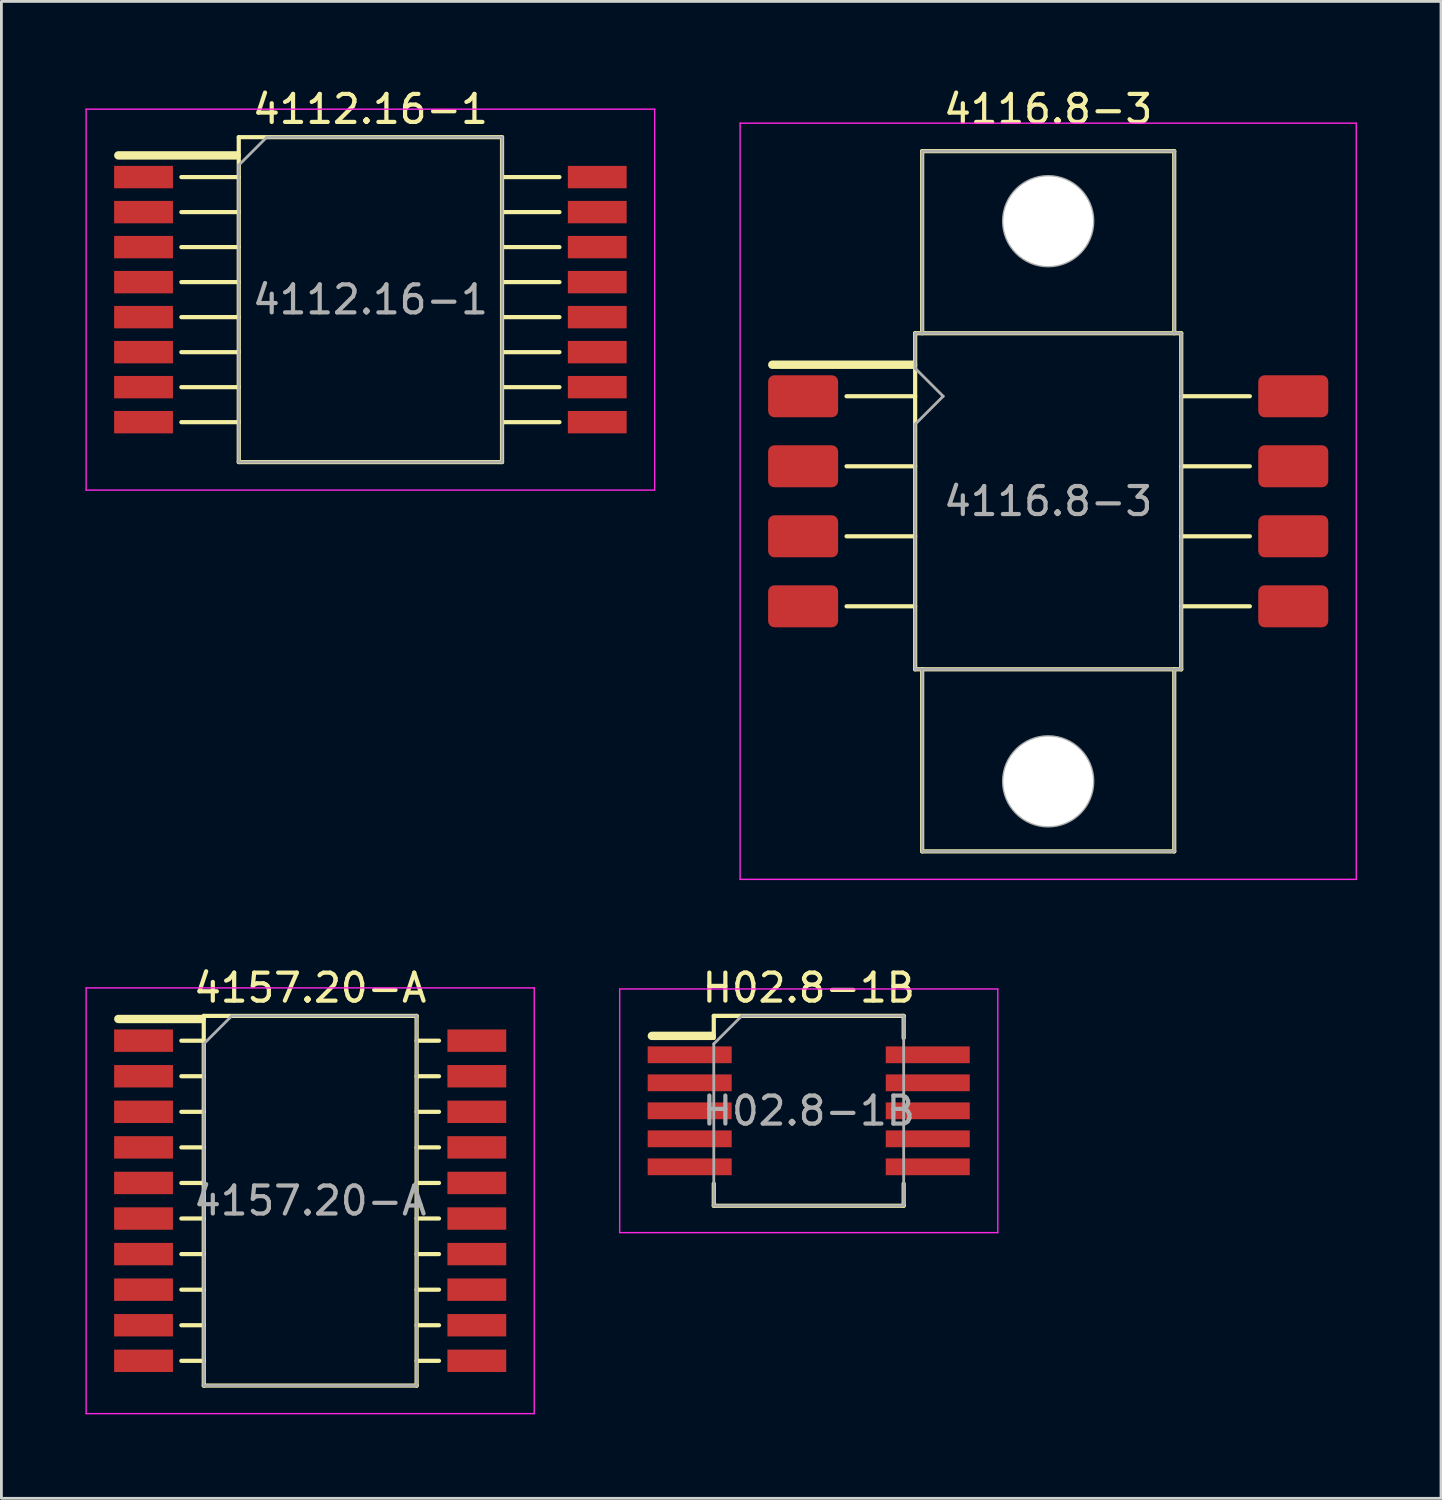
<source format=kicad_pcb>
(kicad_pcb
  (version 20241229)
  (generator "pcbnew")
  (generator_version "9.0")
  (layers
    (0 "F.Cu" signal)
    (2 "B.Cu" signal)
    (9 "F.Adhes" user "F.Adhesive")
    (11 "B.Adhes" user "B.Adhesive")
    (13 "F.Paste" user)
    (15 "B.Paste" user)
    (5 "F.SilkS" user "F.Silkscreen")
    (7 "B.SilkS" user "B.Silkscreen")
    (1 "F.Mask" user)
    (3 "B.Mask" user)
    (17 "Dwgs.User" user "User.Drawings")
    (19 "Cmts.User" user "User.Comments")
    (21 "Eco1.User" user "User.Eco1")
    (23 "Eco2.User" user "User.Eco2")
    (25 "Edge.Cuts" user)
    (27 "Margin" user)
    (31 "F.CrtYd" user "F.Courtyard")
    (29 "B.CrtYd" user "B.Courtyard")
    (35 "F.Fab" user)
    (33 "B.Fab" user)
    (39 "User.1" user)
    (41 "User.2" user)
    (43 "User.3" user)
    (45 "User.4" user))
  (footprint "4116.8-3"
    (layer "F.Cu")
    (at 34.375 14.848)
    (property "Reference" "4116.8-3" (at 0 -14 0) (layer "F.SilkS") (effects (font (size 1 1) (thickness 0.15))))
    (attr through_hole)
    (fp_line (start -4.825 -4.875) (end -9.85 -4.875) (stroke (width 0.3) (type solid)) (layer "F.SilkS"))
    (fp_line (start -4.75 -6) (end -4.75 6) (stroke (width 0.15) (type solid)) (layer "F.SilkS"))
    (fp_line (start -4.75 -6) (end 4.75 -6) (stroke (width 0.15) (type solid)) (layer "F.SilkS"))
    (fp_line (start -4.75 -3.75) (end -7.2 -3.75) (stroke (width 0.15) (type solid)) (layer "F.SilkS"))
    (fp_line (start -4.75 -1.25) (end -7.2 -1.25) (stroke (width 0.15) (type solid)) (layer "F.SilkS"))
    (fp_line (start -4.75 1.25) (end -7.2 1.25) (stroke (width 0.15) (type solid)) (layer "F.SilkS"))
    (fp_line (start -4.75 3.75) (end -7.2 3.75) (stroke (width 0.15) (type solid)) (layer "F.SilkS"))
    (fp_line (start -4.75 6) (end 4.75 6) (stroke (width 0.15) (type solid)) (layer "F.SilkS"))
    (fp_line (start -4.5 -12.5) (end 4.5 -12.5) (stroke (width 0.15) (type solid)) (layer "F.SilkS"))
    (fp_line (start -4.5 -6) (end -4.5 -12.5) (stroke (width 0.15) (type solid)) (layer "F.SilkS"))
    (fp_line (start -4.5 6) (end -4.5 12.5) (stroke (width 0.15) (type solid)) (layer "F.SilkS"))
    (fp_line (start -4.5 12.5) (end 4.5 12.5) (stroke (width 0.15) (type solid)) (layer "F.SilkS"))
    (fp_line (start 4.5 -12.5) (end 4.5 -6) (stroke (width 0.15) (type solid)) (layer "F.SilkS"))
    (fp_line (start 4.5 12.5) (end 4.5 6) (stroke (width 0.15) (type solid)) (layer "F.SilkS"))
    (fp_line (start 4.75 -6) (end 4.75 6) (stroke (width 0.15) (type solid)) (layer "F.SilkS"))
    (fp_line (start 4.75 -3.75) (end 7.2 -3.75) (stroke (width 0.15) (type solid)) (layer "F.SilkS"))
    (fp_line (start 4.75 -1.25) (end 7.2 -1.25) (stroke (width 0.15) (type solid)) (layer "F.SilkS"))
    (fp_line (start 4.75 1.25) (end 7.2 1.25) (stroke (width 0.15) (type solid)) (layer "F.SilkS"))
    (fp_line (start 4.75 3.75) (end 7.2 3.75) (stroke (width 0.15) (type solid)) (layer "F.SilkS"))
    (fp_line (start -11 -13.5) (end 11 -13.5) (stroke (width 0.05) (type solid)) (layer "F.CrtYd"))
    (fp_line (start -11 13.5) (end -11 -13.5) (stroke (width 0.05) (type solid)) (layer "F.CrtYd"))
    (fp_line (start 11 -13.5) (end 11 13.5) (stroke (width 0.05) (type solid)) (layer "F.CrtYd"))
    (fp_line (start 11 13.5) (end -11 13.5) (stroke (width 0.05) (type solid)) (layer "F.CrtYd"))
    (fp_line (start -4.75 -6) (end -4.75 -4.75) (stroke (width 0.1) (type solid)) (layer "F.Fab"))
    (fp_line (start -4.75 -6) (end 4.75 -6) (stroke (width 0.1) (type solid)) (layer "F.Fab"))
    (fp_line (start -4.75 -4.75) (end -3.75 -3.75) (stroke (width 0.1) (type solid)) (layer "F.Fab"))
    (fp_line (start -4.75 -2.75) (end -4.75 6) (stroke (width 0.1) (type solid)) (layer "F.Fab"))
    (fp_line (start -4.75 6) (end 4.75 6) (stroke (width 0.1) (type solid)) (layer "F.Fab"))
    (fp_line (start -4.5 -12.5) (end 4.5 -12.5) (stroke (width 0.1) (type solid)) (layer "F.Fab"))
    (fp_line (start -4.5 -6) (end -4.5 -12.5) (stroke (width 0.1) (type solid)) (layer "F.Fab"))
    (fp_line (start -4.5 6) (end -4.5 12.5) (stroke (width 0.1) (type solid)) (layer "F.Fab"))
    (fp_line (start -4.5 12.5) (end 4.5 12.5) (stroke (width 0.1) (type solid)) (layer "F.Fab"))
    (fp_line (start -3.75 -3.75) (end -4.75 -2.75) (stroke (width 0.1) (type solid)) (layer "F.Fab"))
    (fp_line (start 4.5 -12.5) (end 4.5 -6) (stroke (width 0.1) (type solid)) (layer "F.Fab"))
    (fp_line (start 4.5 12.5) (end 4.5 6) (stroke (width 0.1) (type solid)) (layer "F.Fab"))
    (fp_line (start 4.75 -6) (end 4.75 6) (stroke (width 0.1) (type solid)) (layer "F.Fab"))
    (fp_circle (center 0 -10) (end 1.6 -10) (stroke (width 0.1) (type solid)) (fill no) (layer "F.Fab"))
    (fp_circle (center 0 10) (end 1.6 10) (stroke (width 0.1) (type solid)) (fill no) (layer "F.Fab"))
    (fp_text user "${REFERENCE}" (at 0 0 0) (layer "F.Fab") (effects (font (size 1 1) (thickness 0.15))))
    (pad "" np_thru_hole circle (at 0 -10) (size 3.2 3.2) (drill 3.2) (layers "*.Cu" "*.Mask"))
    (pad "" np_thru_hole circle (at 0 10) (size 3.2 3.2) (drill 3.2) (layers "*.Cu" "*.Mask"))
    (pad "2" smd roundrect (at -8.75 -3.75) (size 2.5 1.5) (layers "F.Cu" "F.Mask") (roundrect_rratio 0.15))
    (pad "4" smd roundrect (at -8.75 -1.25) (size 2.5 1.5) (layers "F.Cu" "F.Mask") (roundrect_rratio 0.15))
    (pad "6" smd roundrect (at -8.75 1.25) (size 2.5 1.5) (layers "F.Cu" "F.Mask") (roundrect_rratio 0.15))
    (pad "8" smd roundrect (at -8.75 3.75) (size 2.5 1.5) (layers "F.Cu" "F.Mask") (roundrect_rratio 0.15))
    (pad "11" smd roundrect (at 8.75 3.75) (size 2.5 1.5) (layers "F.Cu" "F.Mask") (roundrect_rratio 0.15))
    (pad "13" smd roundrect (at 8.75 1.25) (size 2.5 1.5) (layers "F.Cu" "F.Mask") (roundrect_rratio 0.15))
    (pad "15" smd roundrect (at 8.75 -1.25) (size 2.5 1.5) (layers "F.Cu" "F.Mask") (roundrect_rratio 0.15))
    (pad "17" smd roundrect (at 8.75 -3.75) (size 2.5 1.5) (layers "F.Cu" "F.Mask") (roundrect_rratio 0.15)))
  (footprint "4112.16-1"
    (layer "F.Cu")
    (at 10.175 7.648)
    (property "Reference" "4112.16-1" (at 0 -6.8 0) (layer "F.SilkS") (effects (font (size 1 1) (thickness 0.15))))
    (attr through_hole)
    (fp_line (start -4.775 -5.15) (end -9 -5.15) (stroke (width 0.3) (type solid)) (layer "F.SilkS"))
    (fp_line (start -4.7 -5.8) (end -4.7 5.8) (stroke (width 0.15) (type solid)) (layer "F.SilkS"))
    (fp_line (start -4.7 -5.8) (end 4.7 -5.8) (stroke (width 0.15) (type solid)) (layer "F.SilkS"))
    (fp_line (start -4.7 -4.375) (end -6.75 -4.375) (stroke (width 0.15) (type solid)) (layer "F.SilkS"))
    (fp_line (start -4.7 -3.125) (end -6.75 -3.125) (stroke (width 0.15) (type solid)) (layer "F.SilkS"))
    (fp_line (start -4.7 -1.875) (end -6.75 -1.875) (stroke (width 0.15) (type solid)) (layer "F.SilkS"))
    (fp_line (start -4.7 -0.625) (end -6.75 -0.625) (stroke (width 0.15) (type solid)) (layer "F.SilkS"))
    (fp_line (start -4.7 0.625) (end -6.75 0.625) (stroke (width 0.15) (type solid)) (layer "F.SilkS"))
    (fp_line (start -4.7 1.875) (end -6.75 1.875) (stroke (width 0.15) (type solid)) (layer "F.SilkS"))
    (fp_line (start -4.7 3.125) (end -6.75 3.125) (stroke (width 0.15) (type solid)) (layer "F.SilkS"))
    (fp_line (start -4.7 4.375) (end -6.75 4.375) (stroke (width 0.15) (type solid)) (layer "F.SilkS"))
    (fp_line (start -4.7 5.8) (end 4.7 5.8) (stroke (width 0.15) (type solid)) (layer "F.SilkS"))
    (fp_line (start 4.7 -5.8) (end 4.7 5.8) (stroke (width 0.15) (type solid)) (layer "F.SilkS"))
    (fp_line (start 4.7 -4.375) (end 6.75 -4.375) (stroke (width 0.15) (type solid)) (layer "F.SilkS"))
    (fp_line (start 4.7 -3.125) (end 6.75 -3.125) (stroke (width 0.15) (type solid)) (layer "F.SilkS"))
    (fp_line (start 4.7 -1.875) (end 6.75 -1.875) (stroke (width 0.15) (type solid)) (layer "F.SilkS"))
    (fp_line (start 4.7 -0.625) (end 6.75 -0.625) (stroke (width 0.15) (type solid)) (layer "F.SilkS"))
    (fp_line (start 4.7 0.625) (end 6.75 0.625) (stroke (width 0.15) (type solid)) (layer "F.SilkS"))
    (fp_line (start 4.7 1.875) (end 6.75 1.875) (stroke (width 0.15) (type solid)) (layer "F.SilkS"))
    (fp_line (start 4.7 3.125) (end 6.75 3.125) (stroke (width 0.15) (type solid)) (layer "F.SilkS"))
    (fp_line (start 4.7 4.375) (end 6.75 4.375) (stroke (width 0.15) (type solid)) (layer "F.SilkS"))
    (fp_line (start -10.15 -6.8) (end 10.15 -6.8) (stroke (width 0.05) (type solid)) (layer "F.CrtYd"))
    (fp_line (start -10.15 6.8) (end -10.15 -6.8) (stroke (width 0.05) (type solid)) (layer "F.CrtYd"))
    (fp_line (start 10.15 -6.8) (end 10.15 6.8) (stroke (width 0.05) (type solid)) (layer "F.CrtYd"))
    (fp_line (start 10.15 6.8) (end -10.15 6.8) (stroke (width 0.05) (type solid)) (layer "F.CrtYd"))
    (fp_line (start -4.7 -4.8) (end -4.7 5.8) (stroke (width 0.1) (type solid)) (layer "F.Fab"))
    (fp_line (start -4.7 5.8) (end 4.7 5.8) (stroke (width 0.1) (type solid)) (layer "F.Fab"))
    (fp_line (start -3.7 -5.8) (end -4.7 -4.8) (stroke (width 0.1) (type solid)) (layer "F.Fab"))
    (fp_line (start -3.7 -5.8) (end 4.7 -5.8) (stroke (width 0.1) (type solid)) (layer "F.Fab"))
    (fp_line (start 4.7 -5.8) (end 4.7 5.8) (stroke (width 0.1) (type solid)) (layer "F.Fab"))
    (fp_text user "${REFERENCE}" (at 0 0 0) (layer "F.Fab") (effects (font (size 1 1) (thickness 0.15))))
    (pad "1" smd rect (at -8.1 -4.375) (size 2.1 0.8) (layers "F.Cu" "F.Mask"))
    (pad "2" smd rect (at -8.1 -3.125) (size 2.1 0.8) (layers "F.Cu" "F.Mask"))
    (pad "3" smd rect (at -8.1 -1.875) (size 2.1 0.8) (layers "F.Cu" "F.Mask"))
    (pad "4" smd rect (at -8.1 -0.625) (size 2.1 0.8) (layers "F.Cu" "F.Mask"))
    (pad "5" smd rect (at -8.1 0.625) (size 2.1 0.8) (layers "F.Cu" "F.Mask"))
    (pad "6" smd rect (at -8.1 1.875) (size 2.1 0.8) (layers "F.Cu" "F.Mask"))
    (pad "7" smd rect (at -8.1 3.125) (size 2.1 0.8) (layers "F.Cu" "F.Mask"))
    (pad "8" smd rect (at -8.1 4.375) (size 2.1 0.8) (layers "F.Cu" "F.Mask"))
    (pad "9" smd rect (at 8.1 4.375) (size 2.1 0.8) (layers "F.Cu" "F.Mask"))
    (pad "10" smd rect (at 8.1 3.125) (size 2.1 0.8) (layers "F.Cu" "F.Mask"))
    (pad "11" smd rect (at 8.1 1.875) (size 2.1 0.8) (layers "F.Cu" "F.Mask"))
    (pad "12" smd rect (at 8.1 0.625) (size 2.1 0.8) (layers "F.Cu" "F.Mask"))
    (pad "13" smd rect (at 8.1 -0.625) (size 2.1 0.8) (layers "F.Cu" "F.Mask"))
    (pad "14" smd rect (at 8.1 -1.875) (size 2.1 0.8) (layers "F.Cu" "F.Mask"))
    (pad "15" smd rect (at 8.1 -3.125) (size 2.1 0.8) (layers "F.Cu" "F.Mask"))
    (pad "16" smd rect (at 8.1 -4.375) (size 2.1 0.8) (layers "F.Cu" "F.Mask")))
  (footprint "Н02.8-1В"
    (layer "F.Cu")
    (at 25.825 36.611)
    (property "Reference" "Н02.8-1В" (at 0 -4.39 0) (layer "F.SilkS") (effects (font (size 1 1) (thickness 0.15))))
    (attr through_hole)
    (fp_line (start -3.465 -2.675) (end -5.6 -2.675) (stroke (width 0.3) (type solid)) (layer "F.SilkS"))
    (fp_line (start -3.39 -3.39) (end -3.39 -2.6) (stroke (width 0.15) (type solid)) (layer "F.SilkS"))
    (fp_line (start -3.39 -3.39) (end 3.39 -3.39) (stroke (width 0.15) (type solid)) (layer "F.SilkS"))
    (fp_line (start -3.39 3.39) (end -3.39 2.6) (stroke (width 0.15) (type solid)) (layer "F.SilkS"))
    (fp_line (start -3.39 3.39) (end 3.39 3.39) (stroke (width 0.15) (type solid)) (layer "F.SilkS"))
    (fp_line (start 3.39 -3.39) (end 3.39 -2.6) (stroke (width 0.15) (type solid)) (layer "F.SilkS"))
    (fp_line (start 3.39 3.39) (end 3.39 2.6) (stroke (width 0.15) (type solid)) (layer "F.SilkS"))
    (fp_line (start -6.75 -4.35) (end 6.75 -4.35) (stroke (width 0.05) (type solid)) (layer "F.CrtYd"))
    (fp_line (start -6.75 4.35) (end -6.75 -4.35) (stroke (width 0.05) (type solid)) (layer "F.CrtYd"))
    (fp_line (start 6.75 -4.35) (end 6.75 4.35) (stroke (width 0.05) (type solid)) (layer "F.CrtYd"))
    (fp_line (start 6.75 4.35) (end -6.75 4.35) (stroke (width 0.05) (type solid)) (layer "F.CrtYd"))
    (fp_line (start -3.39 -2.39) (end -3.39 3.39) (stroke (width 0.1) (type solid)) (layer "F.Fab"))
    (fp_line (start -3.39 3.39) (end 3.39 3.39) (stroke (width 0.1) (type solid)) (layer "F.Fab"))
    (fp_line (start -2.39 -3.39) (end -3.39 -2.39) (stroke (width 0.1) (type solid)) (layer "F.Fab"))
    (fp_line (start -2.39 -3.39) (end 3.39 -3.39) (stroke (width 0.1) (type solid)) (layer "F.Fab"))
    (fp_line (start 3.39 -3.39) (end 3.39 3.39) (stroke (width 0.1) (type solid)) (layer "F.Fab"))
    (fp_text user "${REFERENCE}" (at 0 0 0) (layer "F.Fab") (effects (font (size 1 1) (thickness 0.15))))
    (pad "1" smd rect (at -4.25 -2) (size 3 0.6) (layers "F.Cu" "F.Mask"))
    (pad "2" smd rect (at -4.25 -1) (size 3 0.6) (layers "F.Cu" "F.Mask"))
    (pad "3" smd rect (at -4.25 1) (size 3 0.6) (layers "F.Cu" "F.Mask"))
    (pad "4" smd rect (at -4.25 2) (size 3 0.6) (layers "F.Cu" "F.Mask"))
    (pad "5" smd rect (at 4.25 2) (size 3 0.6) (layers "F.Cu" "F.Mask"))
    (pad "6" smd rect (at 4.25 1) (size 3 0.6) (layers "F.Cu" "F.Mask"))
    (pad "7" smd rect (at 4.25 -1) (size 3 0.6) (layers "F.Cu" "F.Mask"))
    (pad "8" smd rect (at 4.25 -2) (size 3 0.6) (layers "F.Cu" "F.Mask"))
    (pad "TP" smd rect (at -4.25 0) (size 3 0.6) (layers "F.Cu" "F.Mask"))
    (pad "TP" smd rect (at 4.25 0) (size 3 0.6) (layers "F.Cu" "F.Mask")))
  (footprint "4157.20-А"
    (layer "F.Cu")
    (at 8.025 39.822)
    (property "Reference" "4157.20-А" (at 0 -7.6 0) (layer "F.SilkS") (effects (font (size 1 1) (thickness 0.15))))
    (attr through_hole)
    (fp_line (start -3.875 -6.49) (end -6.85 -6.49) (stroke (width 0.3) (type solid)) (layer "F.SilkS"))
    (fp_line (start -3.8 -6.6) (end -3.8 6.6) (stroke (width 0.15) (type solid)) (layer "F.SilkS"))
    (fp_line (start -3.8 -6.6) (end 3.8 -6.6) (stroke (width 0.15) (type solid)) (layer "F.SilkS"))
    (fp_line (start -3.8 -5.715) (end -4.6 -5.715) (stroke (width 0.15) (type solid)) (layer "F.SilkS"))
    (fp_line (start -3.8 -4.445) (end -4.6 -4.445) (stroke (width 0.15) (type solid)) (layer "F.SilkS"))
    (fp_line (start -3.8 -3.175) (end -4.6 -3.175) (stroke (width 0.15) (type solid)) (layer "F.SilkS"))
    (fp_line (start -3.8 -1.905) (end -4.6 -1.905) (stroke (width 0.15) (type solid)) (layer "F.SilkS"))
    (fp_line (start -3.8 -0.635) (end -4.6 -0.635) (stroke (width 0.15) (type solid)) (layer "F.SilkS"))
    (fp_line (start -3.8 0.635) (end -4.6 0.635) (stroke (width 0.15) (type solid)) (layer "F.SilkS"))
    (fp_line (start -3.8 1.905) (end -4.6 1.905) (stroke (width 0.15) (type solid)) (layer "F.SilkS"))
    (fp_line (start -3.8 3.175) (end -4.6 3.175) (stroke (width 0.15) (type solid)) (layer "F.SilkS"))
    (fp_line (start -3.8 4.445) (end -4.6 4.445) (stroke (width 0.15) (type solid)) (layer "F.SilkS"))
    (fp_line (start -3.8 5.715) (end -4.6 5.715) (stroke (width 0.15) (type solid)) (layer "F.SilkS"))
    (fp_line (start -3.8 6.6) (end 3.8 6.6) (stroke (width 0.15) (type solid)) (layer "F.SilkS"))
    (fp_line (start 3.8 -6.6) (end 3.8 6.6) (stroke (width 0.15) (type solid)) (layer "F.SilkS"))
    (fp_line (start 3.8 -5.715) (end 4.6 -5.715) (stroke (width 0.15) (type solid)) (layer "F.SilkS"))
    (fp_line (start 3.8 -4.445) (end 4.6 -4.445) (stroke (width 0.15) (type solid)) (layer "F.SilkS"))
    (fp_line (start 3.8 -3.175) (end 4.6 -3.175) (stroke (width 0.15) (type solid)) (layer "F.SilkS"))
    (fp_line (start 3.8 -1.905) (end 4.6 -1.905) (stroke (width 0.15) (type solid)) (layer "F.SilkS"))
    (fp_line (start 3.8 -0.635) (end 4.6 -0.635) (stroke (width 0.15) (type solid)) (layer "F.SilkS"))
    (fp_line (start 3.8 0.635) (end 4.6 0.635) (stroke (width 0.15) (type solid)) (layer "F.SilkS"))
    (fp_line (start 3.8 1.905) (end 4.6 1.905) (stroke (width 0.15) (type solid)) (layer "F.SilkS"))
    (fp_line (start 3.8 3.175) (end 4.6 3.175) (stroke (width 0.15) (type solid)) (layer "F.SilkS"))
    (fp_line (start 3.8 4.445) (end 4.6 4.445) (stroke (width 0.15) (type solid)) (layer "F.SilkS"))
    (fp_line (start 3.8 5.715) (end 4.6 5.715) (stroke (width 0.15) (type solid)) (layer "F.SilkS"))
    (fp_line (start -8 -7.6) (end 8 -7.6) (stroke (width 0.05) (type solid)) (layer "F.CrtYd"))
    (fp_line (start -8 7.6) (end -8 -7.6) (stroke (width 0.05) (type solid)) (layer "F.CrtYd"))
    (fp_line (start 8 -7.6) (end 8 7.6) (stroke (width 0.05) (type solid)) (layer "F.CrtYd"))
    (fp_line (start 8 7.6) (end -8 7.6) (stroke (width 0.05) (type solid)) (layer "F.CrtYd"))
    (fp_line (start -3.8 -5.6) (end -3.8 6.6) (stroke (width 0.1) (type solid)) (layer "F.Fab"))
    (fp_line (start -3.8 6.6) (end 3.8 6.6) (stroke (width 0.1) (type solid)) (layer "F.Fab"))
    (fp_line (start -2.8 -6.6) (end -3.8 -5.6) (stroke (width 0.1) (type solid)) (layer "F.Fab"))
    (fp_line (start -2.8 -6.6) (end 3.8 -6.6) (stroke (width 0.1) (type solid)) (layer "F.Fab"))
    (fp_line (start 3.8 -6.6) (end 3.8 6.6) (stroke (width 0.1) (type solid)) (layer "F.Fab"))
    (fp_text user "${REFERENCE}" (at 0 0 0) (layer "F.Fab") (effects (font (size 1 1) (thickness 0.15))))
    (pad "1" smd rect (at -5.95 -5.715) (size 2.1 0.8) (layers "F.Cu" "F.Mask"))
    (pad "2" smd rect (at -5.95 -4.445) (size 2.1 0.8) (layers "F.Cu" "F.Mask"))
    (pad "3" smd rect (at -5.95 -3.175) (size 2.1 0.8) (layers "F.Cu" "F.Mask"))
    (pad "4" smd rect (at -5.95 -1.905) (size 2.1 0.8) (layers "F.Cu" "F.Mask"))
    (pad "5" smd rect (at -5.95 -0.635) (size 2.1 0.8) (layers "F.Cu" "F.Mask"))
    (pad "6" smd rect (at -5.95 0.635) (size 2.1 0.8) (layers "F.Cu" "F.Mask"))
    (pad "7" smd rect (at -5.95 1.905) (size 2.1 0.8) (layers "F.Cu" "F.Mask"))
    (pad "8" smd rect (at -5.95 3.175) (size 2.1 0.8) (layers "F.Cu" "F.Mask"))
    (pad "9" smd rect (at -5.95 4.445) (size 2.1 0.8) (layers "F.Cu" "F.Mask"))
    (pad "10" smd rect (at -5.95 5.715) (size 2.1 0.8) (layers "F.Cu" "F.Mask"))
    (pad "11" smd rect (at 5.95 5.715) (size 2.1 0.8) (layers "F.Cu" "F.Mask"))
    (pad "12" smd rect (at 5.95 4.445) (size 2.1 0.8) (layers "F.Cu" "F.Mask"))
    (pad "13" smd rect (at 5.95 3.175) (size 2.1 0.8) (layers "F.Cu" "F.Mask"))
    (pad "14" smd rect (at 5.95 1.905) (size 2.1 0.8) (layers "F.Cu" "F.Mask"))
    (pad "15" smd rect (at 5.95 0.635) (size 2.1 0.8) (layers "F.Cu" "F.Mask"))
    (pad "16" smd rect (at 5.95 -0.635) (size 2.1 0.8) (layers "F.Cu" "F.Mask"))
    (pad "17" smd rect (at 5.95 -1.905) (size 2.1 0.8) (layers "F.Cu" "F.Mask"))
    (pad "18" smd rect (at 5.95 -3.175) (size 2.1 0.8) (layers "F.Cu" "F.Mask"))
    (pad "19" smd rect (at 5.95 -4.445) (size 2.1 0.8) (layers "F.Cu" "F.Mask"))
    (pad "20" smd rect (at 5.95 -5.715) (size 2.1 0.8) (layers "F.Cu" "F.Mask")))
  (gr_rect
    (start -3 -3)
    (end 48.4 50.447)
    (stroke (width 0.1) (type default))
    (fill no)
    (layer "Edge.Cuts")))
</source>
